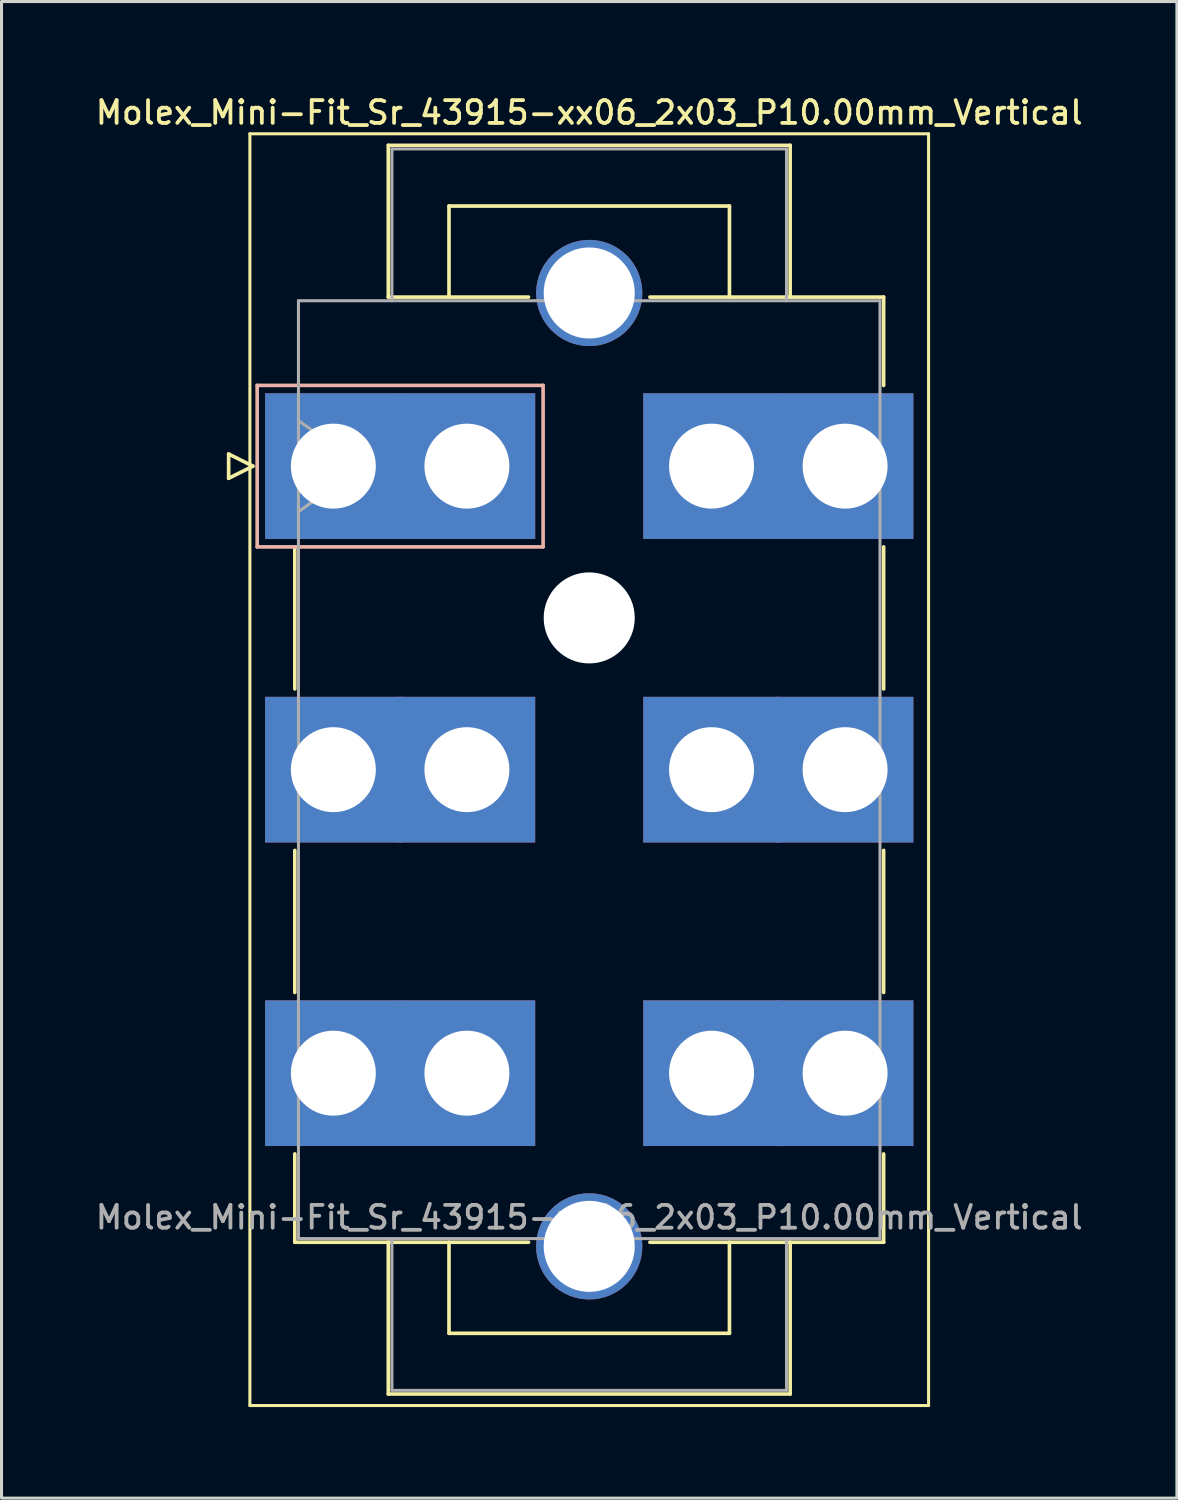
<source format=kicad_pcb>
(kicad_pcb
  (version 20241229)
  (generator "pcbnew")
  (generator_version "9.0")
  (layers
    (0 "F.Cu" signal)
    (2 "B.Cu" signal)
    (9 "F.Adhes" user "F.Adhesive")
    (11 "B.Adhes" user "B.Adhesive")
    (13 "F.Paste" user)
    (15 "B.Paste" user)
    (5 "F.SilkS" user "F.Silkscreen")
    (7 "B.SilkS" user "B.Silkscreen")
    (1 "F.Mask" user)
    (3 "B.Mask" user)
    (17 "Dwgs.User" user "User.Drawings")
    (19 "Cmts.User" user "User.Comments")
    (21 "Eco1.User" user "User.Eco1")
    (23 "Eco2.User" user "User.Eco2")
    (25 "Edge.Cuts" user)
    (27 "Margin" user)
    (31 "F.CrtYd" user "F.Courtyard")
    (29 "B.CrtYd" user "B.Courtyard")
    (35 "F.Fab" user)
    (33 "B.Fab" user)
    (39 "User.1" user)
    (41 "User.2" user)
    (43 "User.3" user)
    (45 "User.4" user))
  (footprint "Molex_Mini-Fit_Sr_43915-xx06_2x03_P10.00mm_Vertical"
    (layer "F.Cu")
    (at 7.933 12.308)
    (property "Reference" "Molex_Mini-Fit_Sr_43915-xx06_2x03_P10.00mm_Vertical" (at 8.43 -11.65 0) (layer "F.SilkS") (effects (font (size 0.75 0.75) (thickness 0.125))))
    (attr through_hole)
    (fp_line (start -3.45 -0.4) (end -3.45 0.4) (stroke (width 0.12) (type solid)) (layer "F.SilkS"))
    (fp_line (start -3.45 0.4) (end -2.65 0) (stroke (width 0.12) (type solid)) (layer "F.SilkS"))
    (fp_line (start -2.75 -10.95) (end -2.75 30.95) (stroke (width 0.1) (type solid)) (layer "F.SilkS"))
    (fp_line (start -2.75 30.95) (end 19.61 30.95) (stroke (width 0.1) (type solid)) (layer "F.SilkS"))
    (fp_line (start -2.65 0) (end -3.45 -0.4) (stroke (width 0.12) (type solid)) (layer "F.SilkS"))
    (fp_line (start -1.27 2.66) (end -1.27 7.34) (stroke (width 0.12) (type solid)) (layer "F.SilkS"))
    (fp_line (start -1.27 12.66) (end -1.27 17.34) (stroke (width 0.12) (type solid)) (layer "F.SilkS"))
    (fp_line (start -1.27 22.66) (end -1.27 25.57) (stroke (width 0.12) (type solid)) (layer "F.SilkS"))
    (fp_line (start -1.27 25.57) (end 6.43 25.57) (stroke (width 0.12) (type solid)) (layer "F.SilkS"))
    (fp_line (start 1.81 -10.57) (end 15.05 -10.57) (stroke (width 0.12) (type solid)) (layer "F.SilkS"))
    (fp_line (start 1.81 -5.57) (end 1.81 -10.57) (stroke (width 0.12) (type solid)) (layer "F.SilkS"))
    (fp_line (start 1.81 25.57) (end 1.81 30.57) (stroke (width 0.12) (type solid)) (layer "F.SilkS"))
    (fp_line (start 1.81 30.57) (end 15.05 30.57) (stroke (width 0.12) (type solid)) (layer "F.SilkS"))
    (fp_line (start 3.81 -8.57) (end 13.05 -8.57) (stroke (width 0.12) (type solid)) (layer "F.SilkS"))
    (fp_line (start 3.81 -5.57) (end 3.81 -8.57) (stroke (width 0.12) (type solid)) (layer "F.SilkS"))
    (fp_line (start 3.81 25.57) (end 3.81 28.57) (stroke (width 0.12) (type solid)) (layer "F.SilkS"))
    (fp_line (start 3.81 28.57) (end 13.05 28.57) (stroke (width 0.12) (type solid)) (layer "F.SilkS"))
    (fp_line (start 6.43 -5.57) (end 1.81 -5.57) (stroke (width 0.12) (type solid)) (layer "F.SilkS"))
    (fp_line (start 13.05 -8.57) (end 13.05 -5.57) (stroke (width 0.12) (type solid)) (layer "F.SilkS"))
    (fp_line (start 13.05 28.57) (end 13.05 25.57) (stroke (width 0.12) (type solid)) (layer "F.SilkS"))
    (fp_line (start 15.05 -10.57) (end 15.05 -5.57) (stroke (width 0.12) (type solid)) (layer "F.SilkS"))
    (fp_line (start 15.05 30.57) (end 15.05 25.57) (stroke (width 0.12) (type solid)) (layer "F.SilkS"))
    (fp_line (start 18.13 -5.57) (end 10.43 -5.57) (stroke (width 0.12) (type solid)) (layer "F.SilkS"))
    (fp_line (start 18.13 -2.66) (end 18.13 -5.57) (stroke (width 0.12) (type solid)) (layer "F.SilkS"))
    (fp_line (start 18.13 2.66) (end 18.13 7.34) (stroke (width 0.12) (type solid)) (layer "F.SilkS"))
    (fp_line (start 18.13 12.66) (end 18.13 17.34) (stroke (width 0.12) (type solid)) (layer "F.SilkS"))
    (fp_line (start 18.13 22.66) (end 18.13 25.57) (stroke (width 0.12) (type solid)) (layer "F.SilkS"))
    (fp_line (start 18.13 25.57) (end 10.43 25.57) (stroke (width 0.12) (type solid)) (layer "F.SilkS"))
    (fp_line (start 19.61 -10.95) (end -2.75 -10.95) (stroke (width 0.1) (type solid)) (layer "F.SilkS"))
    (fp_line (start 19.61 30.95) (end 19.61 -10.95) (stroke (width 0.1) (type solid)) (layer "F.SilkS"))
    (fp_line (start -2.51 -2.66) (end -2.51 2.66) (stroke (width 0.12) (type solid)) (layer "B.SilkS"))
    (fp_line (start -2.51 2.66) (end 6.91 2.66) (stroke (width 0.12) (type solid)) (layer "B.SilkS"))
    (fp_line (start 6.91 -2.66) (end -2.51 -2.66) (stroke (width 0.12) (type solid)) (layer "B.SilkS"))
    (fp_line (start 6.91 2.66) (end 6.91 -2.66) (stroke (width 0.12) (type solid)) (layer "B.SilkS"))
    (fp_line (start -1.15 -5.45) (end -1.15 25.45) (stroke (width 0.1) (type solid)) (layer "F.Fab"))
    (fp_line (start -1.15 -1.5) (end 0.971 0) (stroke (width 0.1) (type solid)) (layer "F.Fab"))
    (fp_line (start -1.15 25.45) (end 18.01 25.45) (stroke (width 0.1) (type solid)) (layer "F.Fab"))
    (fp_line (start 0.971 0) (end -1.15 1.5) (stroke (width 0.1) (type solid)) (layer "F.Fab"))
    (fp_line (start 1.93 -10.45) (end 14.93 -10.45) (stroke (width 0.1) (type solid)) (layer "F.Fab"))
    (fp_line (start 1.93 -5.45) (end 1.93 -10.45) (stroke (width 0.1) (type solid)) (layer "F.Fab"))
    (fp_line (start 1.93 25.45) (end 1.93 30.45) (stroke (width 0.1) (type solid)) (layer "F.Fab"))
    (fp_line (start 1.93 30.45) (end 14.93 30.45) (stroke (width 0.1) (type solid)) (layer "F.Fab"))
    (fp_line (start 14.93 -10.45) (end 14.93 -5.45) (stroke (width 0.1) (type solid)) (layer "F.Fab"))
    (fp_line (start 14.93 30.45) (end 14.93 25.45) (stroke (width 0.1) (type solid)) (layer "F.Fab"))
    (fp_line (start 18.01 -5.45) (end -1.15 -5.45) (stroke (width 0.1) (type solid)) (layer "F.Fab"))
    (fp_line (start 18.01 25.45) (end 18.01 -5.45) (stroke (width 0.1) (type solid)) (layer "F.Fab"))
    (fp_text user "${REFERENCE}" (at 8.43 24.75 0) (layer "F.Fab") (effects (font (size 0.75 0.75) (thickness 0.125))))
    (pad "" thru_hole circle (at 8.43 -5.705) (size 3.5 3.5) (drill 3) (layers "*.Cu" "*.Mask"))
    (pad "" np_thru_hole circle (at 8.43 5) (size 3 3) (drill 3) (layers "*.Cu" "*.Mask"))
    (pad "" thru_hole circle (at 8.43 25.705) (size 3.5 3.5) (drill 3) (layers "*.Cu" "*.Mask"))
    (pad "1" thru_hole rect (at 0 0) (size 4.5 4.8) (drill 2.8) (layers "*.Cu" "*.Mask"))
    (pad "1" thru_hole rect (at 4.4 0) (size 4.5 4.8) (drill 2.8) (layers "*.Cu" "*.Mask"))
    (pad "2" thru_hole rect (at 0 10) (size 4.5 4.8) (drill 2.8) (layers "*.Cu" "*.Mask"))
    (pad "2" thru_hole rect (at 4.4 10) (size 4.5 4.8) (drill 2.8) (layers "*.Cu" "*.Mask"))
    (pad "3" thru_hole rect (at 0 20) (size 4.5 4.8) (drill 2.8) (layers "*.Cu" "*.Mask"))
    (pad "3" thru_hole rect (at 4.4 20) (size 4.5 4.8) (drill 2.8) (layers "*.Cu" "*.Mask"))
    (pad "4" thru_hole rect (at 12.46 0) (size 4.5 4.8) (drill 2.8) (layers "*.Cu" "*.Mask"))
    (pad "4" thru_hole rect (at 16.86 0) (size 4.5 4.8) (drill 2.8) (layers "*.Cu" "*.Mask"))
    (pad "5" thru_hole rect (at 12.46 10) (size 4.5 4.8) (drill 2.8) (layers "*.Cu" "*.Mask"))
    (pad "5" thru_hole rect (at 16.86 10) (size 4.5 4.8) (drill 2.8) (layers "*.Cu" "*.Mask"))
    (pad "6" thru_hole rect (at 12.46 20) (size 4.5 4.8) (drill 2.8) (layers "*.Cu" "*.Mask"))
    (pad "6" thru_hole rect (at 16.86 20) (size 4.5 4.8) (drill 2.8) (layers "*.Cu" "*.Mask")))
  (gr_rect
    (start -3 -3)
    (end 35.725 46.308)
    (stroke (width 0.1) (type default))
    (fill no)
    (layer "Edge.Cuts")))
</source>
